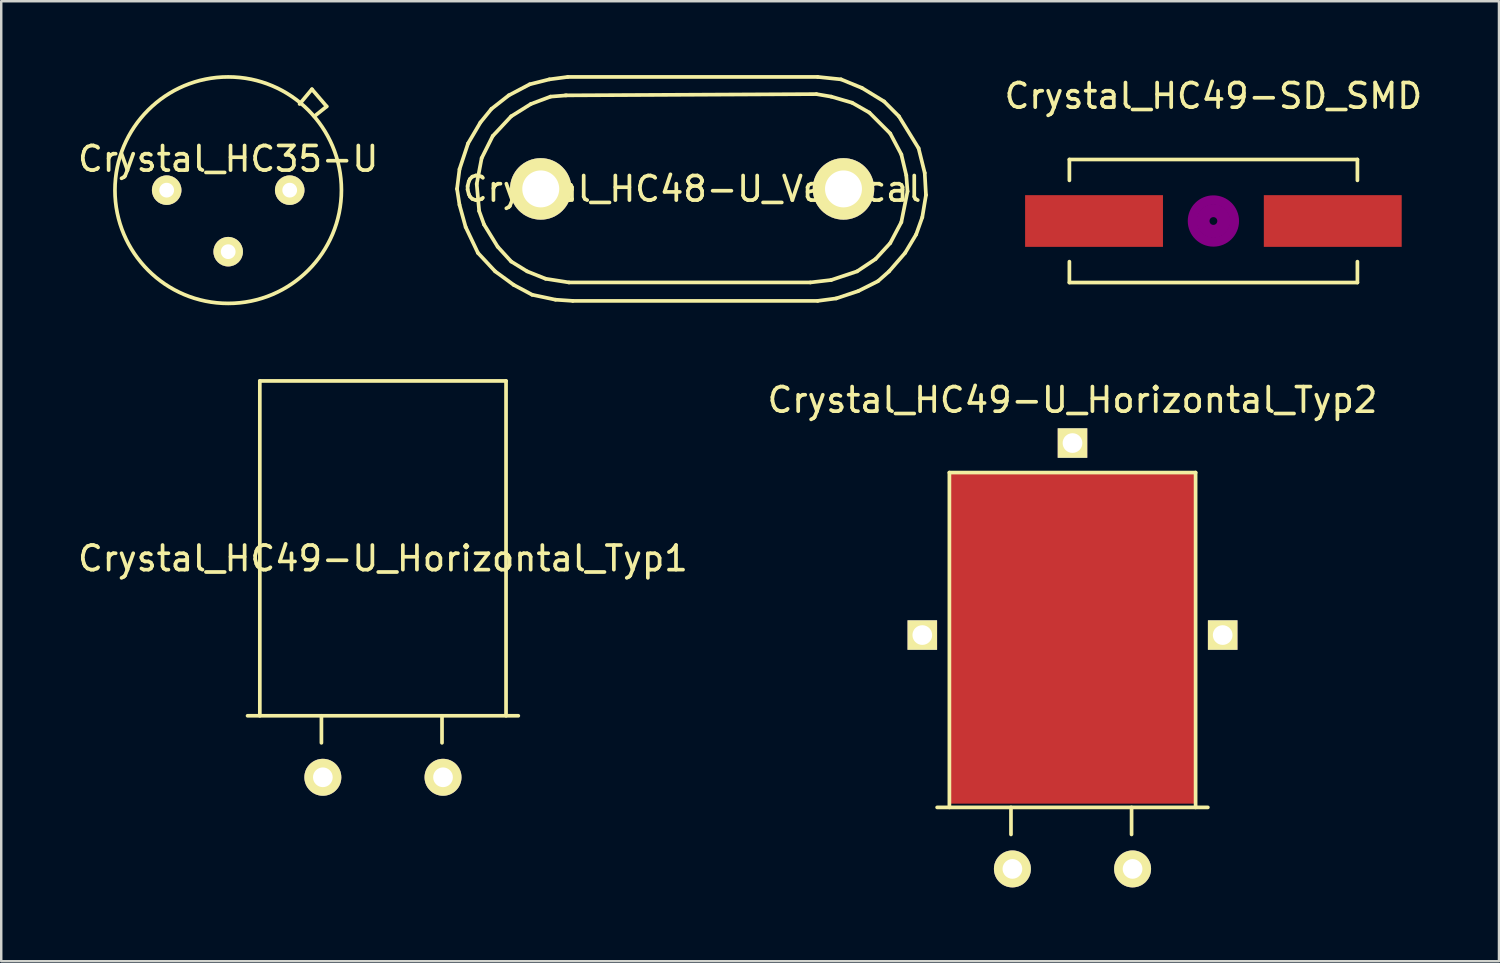
<source format=kicad_pcb>
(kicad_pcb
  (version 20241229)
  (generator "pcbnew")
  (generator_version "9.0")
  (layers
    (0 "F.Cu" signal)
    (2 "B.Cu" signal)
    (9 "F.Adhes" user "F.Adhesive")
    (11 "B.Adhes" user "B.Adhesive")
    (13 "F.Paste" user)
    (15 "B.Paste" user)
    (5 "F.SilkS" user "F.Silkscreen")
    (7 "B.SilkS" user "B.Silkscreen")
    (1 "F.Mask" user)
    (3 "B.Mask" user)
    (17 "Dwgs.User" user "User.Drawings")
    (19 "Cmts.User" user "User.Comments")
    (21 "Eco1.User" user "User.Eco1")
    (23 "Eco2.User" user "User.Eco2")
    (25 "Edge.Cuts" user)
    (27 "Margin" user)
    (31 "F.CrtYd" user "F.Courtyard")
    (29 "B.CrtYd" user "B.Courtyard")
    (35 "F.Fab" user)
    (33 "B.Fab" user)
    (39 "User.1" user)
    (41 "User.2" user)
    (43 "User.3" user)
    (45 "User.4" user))
  (footprint "Crystal_HC49-SD_SMD"
    (layer "F.Cu")
    (at 46.242 5.928)
    (property "Reference" "Crystal_HC49-SD_SMD" (at 0 -5.08 0) (layer "F.SilkS") (effects (font (size 1 1) (thickness 0.15))))
    (attr smd)
    (fp_line (start -5.85 -2.499) (end -5.85 -1.651) (stroke (width 0.15) (type solid)) (layer "F.SilkS"))
    (fp_line (start -5.85 2.499) (end -5.85 1.651) (stroke (width 0.15) (type solid)) (layer "F.SilkS"))
    (fp_line (start -5.85 2.499) (end 5.85 2.499) (stroke (width 0.15) (type solid)) (layer "F.SilkS"))
    (fp_line (start 5.85 -2.499) (end -5.85 -2.499) (stroke (width 0.15) (type solid)) (layer "F.SilkS"))
    (fp_line (start 5.85 -2.499) (end 5.85 -1.651) (stroke (width 0.15) (type solid)) (layer "F.SilkS"))
    (fp_line (start 5.85 2.499) (end 5.85 1.651) (stroke (width 0.15) (type solid)) (layer "F.SilkS"))
    (fp_circle (center 0 0) (end 0.15 0.051) (stroke (width 0.381) (type solid)) (fill no) (layer "F.Adhes"))
    (fp_circle (center 0 0) (end 0.5 0) (stroke (width 0.381) (type solid)) (fill no) (layer "F.Adhes"))
    (fp_circle (center 0 0) (end 0.851 0) (stroke (width 0.381) (type solid)) (fill no) (layer "F.Adhes"))
    (pad "1" smd rect (at -4.849 0) (size 5.601 2.101) (layers "F.Cu" "F.Mask" "F.Paste"))
    (pad "2" smd rect (at 4.849 0) (size 5.601 2.101) (layers "F.Cu" "F.Mask" "F.Paste")))
  (footprint "Crystal_HC49-U_Horizontal_Typ2"
    (layer "F.Cu")
    (at 40.518 32.248)
    (property "Reference" "Crystal_HC49-U_Horizontal_Typ2" (at 0 -19.05 0) (layer "F.SilkS") (effects (font (size 1 1) (thickness 0.15))))
    (attr through_hole)
    (fp_line (start -5.499 -2.499) (end 5.499 -2.499) (stroke (width 0.15) (type solid)) (layer "F.SilkS"))
    (fp_line (start -5.001 -16.101) (end 5.001 -16.101) (stroke (width 0.15) (type solid)) (layer "F.SilkS"))
    (fp_line (start -5.001 -2.499) (end -5.001 -16.101) (stroke (width 0.15) (type solid)) (layer "F.SilkS"))
    (fp_line (start -2.499 -1.4) (end -2.499 -2.499) (stroke (width 0.15) (type solid)) (layer "F.SilkS"))
    (fp_line (start 2.4 -1.4) (end 2.4 -2.499) (stroke (width 0.15) (type solid)) (layer "F.SilkS"))
    (fp_line (start 5.001 -16.101) (end 5.001 -2.499) (stroke (width 0.15) (type solid)) (layer "F.SilkS"))
    (pad "1" thru_hole circle (at -2.441 0) (size 1.501 1.501) (drill 0.8) (layers "*.Cu" "*.Mask" "F.SilkS"))
    (pad "2" thru_hole circle (at 2.441 0) (size 1.501 1.501) (drill 0.8) (layers "*.Cu" "*.Mask" "F.SilkS"))
    (pad "3" thru_hole rect (at -6.101 -9.5) (size 1.199 1.199) (drill 0.8) (layers "*.Cu" "*.Mask" "F.SilkS"))
    (pad "3" thru_hole rect (at 0 -17.3) (size 1.199 1.199) (drill 0.8) (layers "*.Cu" "*.Mask" "F.SilkS"))
    (pad "3" smd rect (at 0 -9.401) (size 10 13.5) (layers "F.Cu" "F.Mask" "F.Paste"))
    (pad "3" thru_hole rect (at 6.101 -9.5) (size 1.199 1.199) (drill 0.8) (layers "*.Cu" "*.Mask" "F.SilkS")))
  (footprint "Crystal_HC35-U"
    (layer "F.Cu")
    (at 6.22 4.675)
    (property "Reference" "Crystal_HC35-U" (at 0 -1.27 0) (layer "F.SilkS") (effects (font (size 1 1) (thickness 0.15))))
    (attr through_hole)
    (fp_line (start 2.901 -3.5) (end 3.401 -4.1) (stroke (width 0.15) (type solid)) (layer "F.SilkS"))
    (fp_line (start 3.401 -4.1) (end 4 -3.401) (stroke (width 0.15) (type solid)) (layer "F.SilkS"))
    (fp_line (start 4 -3.401) (end 3.5 -3) (stroke (width 0.15) (type solid)) (layer "F.SilkS"))
    (fp_circle (center 0 0) (end 4.6 0) (stroke (width 0.15) (type solid)) (fill no) (layer "F.SilkS"))
    (pad "1" thru_hole circle (at -2.499 0) (size 1.199 1.199) (drill 0.599) (layers "*.Cu" "*.Mask" "F.SilkS"))
    (pad "2" thru_hole circle (at 2.499 0) (size 1.199 1.199) (drill 0.599) (layers "*.Cu" "*.Mask" "F.SilkS"))
    (pad "3" thru_hole circle (at 0 2.499) (size 1.199 1.199) (drill 0.599) (layers "*.Cu" "*.Mask" "F.SilkS")))
  (footprint "Crystal_HC49-U_Horizontal_Typ1"
    (layer "F.Cu")
    (at 12.506 28.526)
    (property "Reference" "Crystal_HC49-U_Horizontal_Typ1" (at 0 -8.89 0) (layer "F.SilkS") (effects (font (size 1 1) (thickness 0.15))))
    (attr through_hole)
    (fp_line (start -5.499 -2.499) (end 5.499 -2.499) (stroke (width 0.15) (type solid)) (layer "F.SilkS"))
    (fp_line (start -5.001 -16.101) (end 5.001 -16.101) (stroke (width 0.15) (type solid)) (layer "F.SilkS"))
    (fp_line (start -5.001 -2.499) (end -5.001 -16.101) (stroke (width 0.15) (type solid)) (layer "F.SilkS"))
    (fp_line (start -2.499 -1.4) (end -2.499 -2.499) (stroke (width 0.15) (type solid)) (layer "F.SilkS"))
    (fp_line (start 2.4 -1.4) (end 2.4 -2.499) (stroke (width 0.15) (type solid)) (layer "F.SilkS"))
    (fp_line (start 5.001 -16.101) (end 5.001 -2.499) (stroke (width 0.15) (type solid)) (layer "F.SilkS"))
    (pad "1" thru_hole circle (at -2.441 0) (size 1.501 1.501) (drill 0.8) (layers "*.Cu" "*.Mask" "F.SilkS"))
    (pad "2" thru_hole circle (at 2.441 0) (size 1.501 1.501) (drill 0.8) (layers "*.Cu" "*.Mask" "F.SilkS")))
  (footprint "Crystal_HC48-U_Vertical"
    (layer "F.Cu")
    (at 25.066 4.624)
    (property "Reference" "Crystal_HC48-U_Vertical" (at 0 0 0) (layer "F.SilkS") (effects (font (size 1 1) (thickness 0.15))))
    (attr through_hole)
    (fp_line (start -9.55 0) (end -9.449 -0.8) (stroke (width 0.15) (type solid)) (layer "F.SilkS"))
    (fp_line (start -9.449 -0.8) (end -9.101 -1.849) (stroke (width 0.15) (type solid)) (layer "F.SilkS"))
    (fp_line (start -9.449 0.65) (end -9.55 0) (stroke (width 0.15) (type solid)) (layer "F.SilkS"))
    (fp_line (start -9.2 1.549) (end -9.449 0.65) (stroke (width 0.15) (type solid)) (layer "F.SilkS"))
    (fp_line (start -9.101 -1.849) (end -8.6 -2.7) (stroke (width 0.15) (type solid)) (layer "F.SilkS"))
    (fp_line (start -8.75 -0.201) (end -8.55 -1.25) (stroke (width 0.15) (type solid)) (layer "F.SilkS"))
    (fp_line (start -8.7 2.601) (end -9.2 1.549) (stroke (width 0.15) (type solid)) (layer "F.SilkS"))
    (fp_line (start -8.651 0.899) (end -8.75 -0.201) (stroke (width 0.15) (type solid)) (layer "F.SilkS"))
    (fp_line (start -8.6 -2.7) (end -8.151 -3.251) (stroke (width 0.15) (type solid)) (layer "F.SilkS"))
    (fp_line (start -8.55 -1.25) (end -8.1 -2.149) (stroke (width 0.15) (type solid)) (layer "F.SilkS"))
    (fp_line (start -8.451 1.45) (end -8.651 0.899) (stroke (width 0.15) (type solid)) (layer "F.SilkS"))
    (fp_line (start -8.151 -3.251) (end -7.45 -3.8) (stroke (width 0.15) (type solid)) (layer "F.SilkS"))
    (fp_line (start -8.1 -2.149) (end -7.351 -2.949) (stroke (width 0.15) (type solid)) (layer "F.SilkS"))
    (fp_line (start -8.001 3.35) (end -8.7 2.601) (stroke (width 0.15) (type solid)) (layer "F.SilkS"))
    (fp_line (start -7.899 2.349) (end -8.451 1.45) (stroke (width 0.15) (type solid)) (layer "F.SilkS"))
    (fp_line (start -7.45 -3.8) (end -6.599 -4.249) (stroke (width 0.15) (type solid)) (layer "F.SilkS"))
    (fp_line (start -7.351 -2.949) (end -6.551 -3.449) (stroke (width 0.15) (type solid)) (layer "F.SilkS"))
    (fp_line (start -7.351 2.949) (end -7.899 2.349) (stroke (width 0.15) (type solid)) (layer "F.SilkS"))
    (fp_line (start -7.249 3.899) (end -8.001 3.35) (stroke (width 0.15) (type solid)) (layer "F.SilkS"))
    (fp_line (start -6.701 3.35) (end -7.351 2.949) (stroke (width 0.15) (type solid)) (layer "F.SilkS"))
    (fp_line (start -6.599 -4.249) (end -5.799 -4.45) (stroke (width 0.15) (type solid)) (layer "F.SilkS"))
    (fp_line (start -6.551 -3.449) (end -5.751 -3.749) (stroke (width 0.15) (type solid)) (layer "F.SilkS"))
    (fp_line (start -6.5 4.3) (end -7.249 3.899) (stroke (width 0.15) (type solid)) (layer "F.SilkS"))
    (fp_line (start -5.951 3.65) (end -6.701 3.35) (stroke (width 0.15) (type solid)) (layer "F.SilkS"))
    (fp_line (start -5.799 -4.45) (end -5.05 -4.549) (stroke (width 0.15) (type solid)) (layer "F.SilkS"))
    (fp_line (start -5.751 -3.749) (end -5.1 -3.8) (stroke (width 0.15) (type solid)) (layer "F.SilkS"))
    (fp_line (start -5.55 4.501) (end -6.5 4.3) (stroke (width 0.15) (type solid)) (layer "F.SilkS"))
    (fp_line (start -5.151 -3.8) (end 5.05 -3.851) (stroke (width 0.15) (type solid)) (layer "F.SilkS"))
    (fp_line (start -5.05 -4.549) (end 5.1 -4.549) (stroke (width 0.15) (type solid)) (layer "F.SilkS"))
    (fp_line (start -5.001 3.8) (end -5.951 3.65) (stroke (width 0.15) (type solid)) (layer "F.SilkS"))
    (fp_line (start -4.849 4.549) (end -5.55 4.501) (stroke (width 0.15) (type solid)) (layer "F.SilkS"))
    (fp_line (start 4.801 3.8) (end -5.001 3.8) (stroke (width 0.15) (type solid)) (layer "F.SilkS"))
    (fp_line (start 5.05 -3.851) (end 5.649 -3.749) (stroke (width 0.15) (type solid)) (layer "F.SilkS"))
    (fp_line (start 5.1 -4.549) (end 6.05 -4.45) (stroke (width 0.15) (type solid)) (layer "F.SilkS"))
    (fp_line (start 5.1 4.549) (end -4.849 4.549) (stroke (width 0.15) (type solid)) (layer "F.SilkS"))
    (fp_line (start 5.649 -3.749) (end 6.5 -3.5) (stroke (width 0.15) (type solid)) (layer "F.SilkS"))
    (fp_line (start 5.649 3.701) (end 4.801 3.8) (stroke (width 0.15) (type solid)) (layer "F.SilkS"))
    (fp_line (start 5.85 4.45) (end 5.1 4.549) (stroke (width 0.15) (type solid)) (layer "F.SilkS"))
    (fp_line (start 6.05 -4.45) (end 6.901 -4.1) (stroke (width 0.15) (type solid)) (layer "F.SilkS"))
    (fp_line (start 6.5 -3.5) (end 7.201 -3.099) (stroke (width 0.15) (type solid)) (layer "F.SilkS"))
    (fp_line (start 6.701 3.35) (end 5.649 3.701) (stroke (width 0.15) (type solid)) (layer "F.SilkS"))
    (fp_line (start 6.749 4.15) (end 5.85 4.45) (stroke (width 0.15) (type solid)) (layer "F.SilkS"))
    (fp_line (start 6.901 -4.1) (end 7.8 -3.551) (stroke (width 0.15) (type solid)) (layer "F.SilkS"))
    (fp_line (start 7.201 -3.099) (end 8.049 -2.25) (stroke (width 0.15) (type solid)) (layer "F.SilkS"))
    (fp_line (start 7.45 2.85) (end 6.701 3.35) (stroke (width 0.15) (type solid)) (layer "F.SilkS"))
    (fp_line (start 7.549 3.749) (end 6.749 4.15) (stroke (width 0.15) (type solid)) (layer "F.SilkS"))
    (fp_line (start 7.8 -3.551) (end 8.4 -2.949) (stroke (width 0.15) (type solid)) (layer "F.SilkS"))
    (fp_line (start 8.001 3.35) (end 7.549 3.749) (stroke (width 0.15) (type solid)) (layer "F.SilkS"))
    (fp_line (start 8.049 -2.25) (end 8.499 -1.4) (stroke (width 0.15) (type solid)) (layer "F.SilkS"))
    (fp_line (start 8.049 2.2) (end 7.45 2.85) (stroke (width 0.15) (type solid)) (layer "F.SilkS"))
    (fp_line (start 8.4 -2.949) (end 9.2 -1.651) (stroke (width 0.15) (type solid)) (layer "F.SilkS"))
    (fp_line (start 8.499 -1.4) (end 8.7 -0.551) (stroke (width 0.15) (type solid)) (layer "F.SilkS"))
    (fp_line (start 8.499 1.349) (end 8.049 2.2) (stroke (width 0.15) (type solid)) (layer "F.SilkS"))
    (fp_line (start 8.651 2.601) (end 8.001 3.35) (stroke (width 0.15) (type solid)) (layer "F.SilkS"))
    (fp_line (start 8.7 -0.551) (end 8.75 0.099) (stroke (width 0.15) (type solid)) (layer "F.SilkS"))
    (fp_line (start 8.75 0.099) (end 8.499 1.349) (stroke (width 0.15) (type solid)) (layer "F.SilkS"))
    (fp_line (start 9.101 1.849) (end 8.651 2.601) (stroke (width 0.15) (type solid)) (layer "F.SilkS"))
    (fp_line (start 9.2 -1.651) (end 9.449 -0.65) (stroke (width 0.15) (type solid)) (layer "F.SilkS"))
    (fp_line (start 9.35 1.151) (end 9.101 1.849) (stroke (width 0.15) (type solid)) (layer "F.SilkS"))
    (fp_line (start 9.449 -0.65) (end 9.5 0.249) (stroke (width 0.15) (type solid)) (layer "F.SilkS"))
    (fp_line (start 9.5 0.249) (end 9.35 1.151) (stroke (width 0.15) (type solid)) (layer "F.SilkS"))
    (pad "1" thru_hole circle (at -6.149 0) (size 2.499 2.499) (drill 1.501) (layers "*.Cu" "*.Mask" "F.SilkS"))
    (pad "2" thru_hole circle (at 6.149 0) (size 2.499 2.499) (drill 1.501) (layers "*.Cu" "*.Mask" "F.SilkS")))
  (gr_rect
    (start -3 -3)
    (end 57.843 35.999)
    (stroke (width 0.1) (type default))
    (fill no)
    (layer "Edge.Cuts")))
</source>
